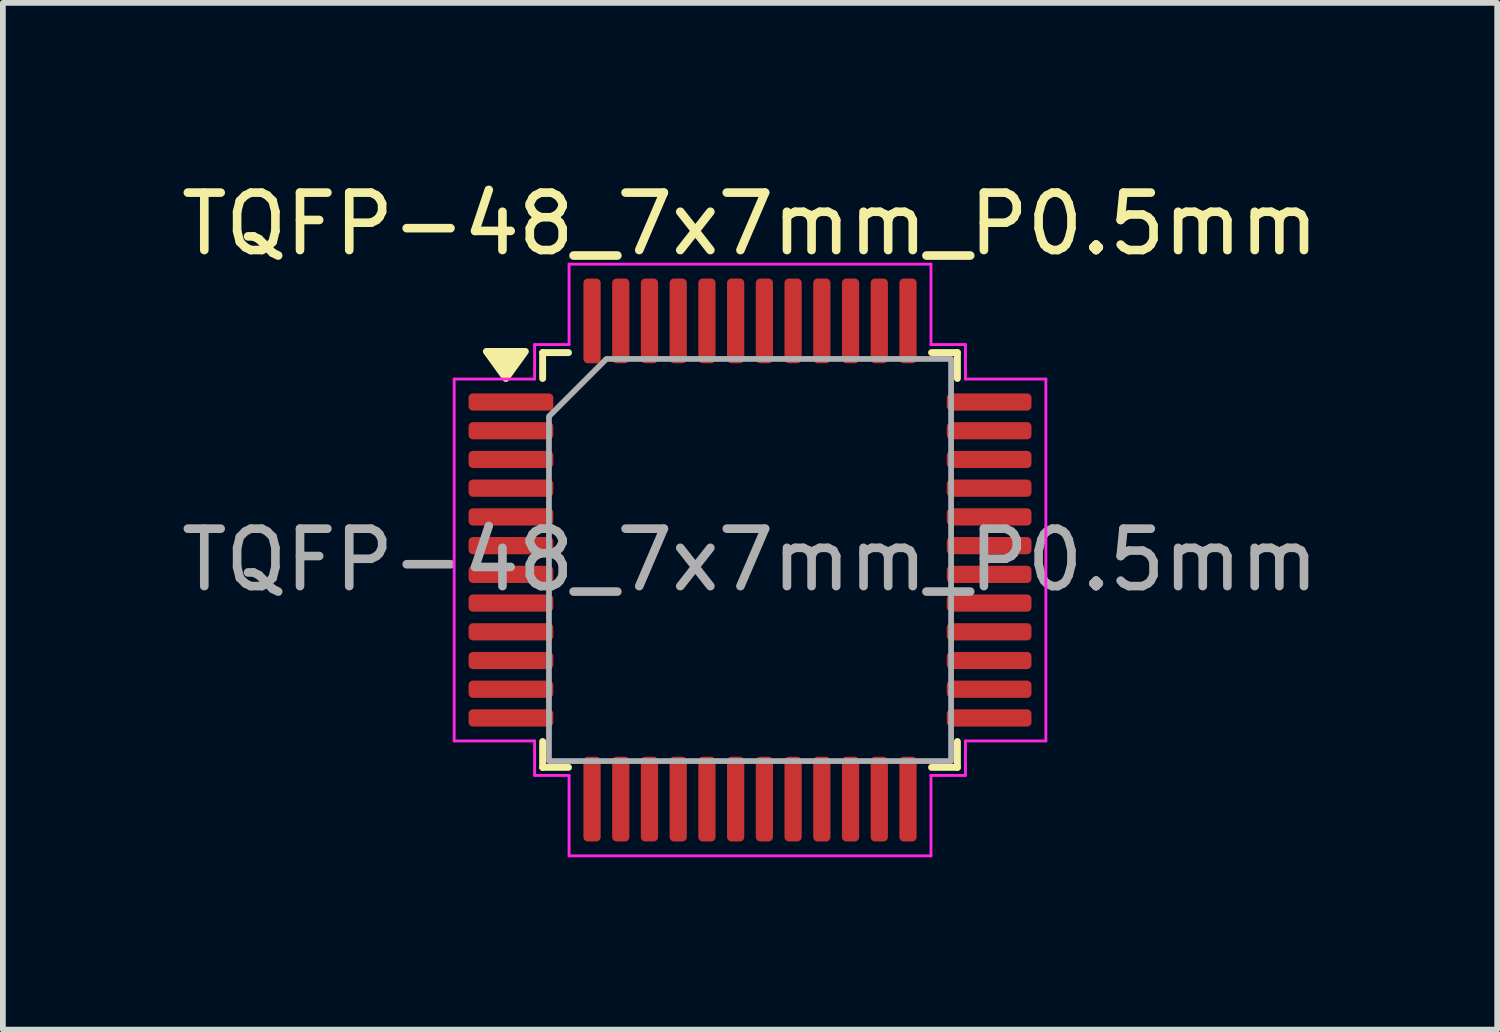
<source format=kicad_pcb>
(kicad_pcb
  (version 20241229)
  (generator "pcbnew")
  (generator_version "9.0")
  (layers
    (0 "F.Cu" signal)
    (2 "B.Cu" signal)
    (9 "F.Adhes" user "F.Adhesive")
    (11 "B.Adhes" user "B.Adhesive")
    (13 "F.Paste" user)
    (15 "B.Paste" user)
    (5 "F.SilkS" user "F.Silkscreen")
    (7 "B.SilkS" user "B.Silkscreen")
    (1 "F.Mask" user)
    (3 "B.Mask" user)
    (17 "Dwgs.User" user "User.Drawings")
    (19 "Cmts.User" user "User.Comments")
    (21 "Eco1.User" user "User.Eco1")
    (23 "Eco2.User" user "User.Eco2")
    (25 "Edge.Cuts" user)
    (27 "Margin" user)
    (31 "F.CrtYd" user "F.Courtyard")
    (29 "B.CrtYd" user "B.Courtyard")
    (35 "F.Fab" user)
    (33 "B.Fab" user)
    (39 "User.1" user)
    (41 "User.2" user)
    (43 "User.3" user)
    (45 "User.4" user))
  (footprint "TQFP-48_7x7mm_P0.5mm"
    (layer "F.Cu")
    (at 10.006 6.698)
    (property "Reference" "TQFP-48_7x7mm_P0.5mm" (at 0 -5.85 0) (layer "F.SilkS") (effects (font (size 1 1) (thickness 0.15))))
    (attr smd)
    (fp_line (start -3.61 -3.61) (end -3.16 -3.61) (stroke (width 0.12) (type solid)) (layer "F.SilkS"))
    (fp_line (start -3.61 -3.16) (end -3.61 -3.61) (stroke (width 0.12) (type solid)) (layer "F.SilkS"))
    (fp_line (start -3.61 3.61) (end -3.61 3.16) (stroke (width 0.12) (type solid)) (layer "F.SilkS"))
    (fp_line (start -3.16 3.61) (end -3.61 3.61) (stroke (width 0.12) (type solid)) (layer "F.SilkS"))
    (fp_line (start 3.16 -3.61) (end 3.61 -3.61) (stroke (width 0.12) (type solid)) (layer "F.SilkS"))
    (fp_line (start 3.61 -3.61) (end 3.61 -3.16) (stroke (width 0.12) (type solid)) (layer "F.SilkS"))
    (fp_line (start 3.61 3.16) (end 3.61 3.61) (stroke (width 0.12) (type solid)) (layer "F.SilkS"))
    (fp_line (start 3.61 3.61) (end 3.16 3.61) (stroke (width 0.12) (type solid)) (layer "F.SilkS"))
    (fp_poly (pts (xy -4.25 -3.16) (xy -4.59 -3.63) (xy -3.91 -3.63)) (stroke (width 0.12) (type solid)) (fill yes) (layer "F.SilkS"))
    (fp_line (start -5.15 -3.15) (end -3.75 -3.15) (stroke (width 0.05) (type solid)) (layer "F.CrtYd"))
    (fp_line (start -5.15 3.15) (end -5.15 -3.15) (stroke (width 0.05) (type solid)) (layer "F.CrtYd"))
    (fp_line (start -3.75 -3.75) (end -3.15 -3.75) (stroke (width 0.05) (type solid)) (layer "F.CrtYd"))
    (fp_line (start -3.75 -3.15) (end -3.75 -3.75) (stroke (width 0.05) (type solid)) (layer "F.CrtYd"))
    (fp_line (start -3.75 3.15) (end -5.15 3.15) (stroke (width 0.05) (type solid)) (layer "F.CrtYd"))
    (fp_line (start -3.75 3.75) (end -3.75 3.15) (stroke (width 0.05) (type solid)) (layer "F.CrtYd"))
    (fp_line (start -3.15 -5.15) (end 3.15 -5.15) (stroke (width 0.05) (type solid)) (layer "F.CrtYd"))
    (fp_line (start -3.15 -3.75) (end -3.15 -5.15) (stroke (width 0.05) (type solid)) (layer "F.CrtYd"))
    (fp_line (start -3.15 3.75) (end -3.75 3.75) (stroke (width 0.05) (type solid)) (layer "F.CrtYd"))
    (fp_line (start -3.15 5.15) (end -3.15 3.75) (stroke (width 0.05) (type solid)) (layer "F.CrtYd"))
    (fp_line (start 3.15 -5.15) (end 3.15 -3.75) (stroke (width 0.05) (type solid)) (layer "F.CrtYd"))
    (fp_line (start 3.15 -3.75) (end 3.75 -3.75) (stroke (width 0.05) (type solid)) (layer "F.CrtYd"))
    (fp_line (start 3.15 3.75) (end 3.15 5.15) (stroke (width 0.05) (type solid)) (layer "F.CrtYd"))
    (fp_line (start 3.15 5.15) (end -3.15 5.15) (stroke (width 0.05) (type solid)) (layer "F.CrtYd"))
    (fp_line (start 3.75 -3.75) (end 3.75 -3.15) (stroke (width 0.05) (type solid)) (layer "F.CrtYd"))
    (fp_line (start 3.75 -3.15) (end 5.15 -3.15) (stroke (width 0.05) (type solid)) (layer "F.CrtYd"))
    (fp_line (start 3.75 3.15) (end 3.75 3.75) (stroke (width 0.05) (type solid)) (layer "F.CrtYd"))
    (fp_line (start 3.75 3.75) (end 3.15 3.75) (stroke (width 0.05) (type solid)) (layer "F.CrtYd"))
    (fp_line (start 5.15 -3.15) (end 5.15 3.15) (stroke (width 0.05) (type solid)) (layer "F.CrtYd"))
    (fp_line (start 5.15 3.15) (end 3.75 3.15) (stroke (width 0.05) (type solid)) (layer "F.CrtYd"))
    (fp_poly (pts (xy -3.5 -2.5) (xy -3.5 3.5) (xy 3.5 3.5) (xy 3.5 -3.5) (xy -2.5 -3.5)) (stroke (width 0.1) (type solid)) (fill no) (layer "F.Fab"))
    (fp_text user "${REFERENCE}" (at 0 0 0) (layer "F.Fab") (effects (font (size 1 1) (thickness 0.15))))
    (pad "1" smd roundrect (at -4.162 -2.75) (size 1.475 0.3) (layers "F.Cu" "F.Mask" "F.Paste") (roundrect_rratio 0.25))
    (pad "2" smd roundrect (at -4.162 -2.25) (size 1.475 0.3) (layers "F.Cu" "F.Mask" "F.Paste") (roundrect_rratio 0.25))
    (pad "3" smd roundrect (at -4.162 -1.75) (size 1.475 0.3) (layers "F.Cu" "F.Mask" "F.Paste") (roundrect_rratio 0.25))
    (pad "4" smd roundrect (at -4.162 -1.25) (size 1.475 0.3) (layers "F.Cu" "F.Mask" "F.Paste") (roundrect_rratio 0.25))
    (pad "5" smd roundrect (at -4.162 -0.75) (size 1.475 0.3) (layers "F.Cu" "F.Mask" "F.Paste") (roundrect_rratio 0.25))
    (pad "6" smd roundrect (at -4.162 -0.25) (size 1.475 0.3) (layers "F.Cu" "F.Mask" "F.Paste") (roundrect_rratio 0.25))
    (pad "7" smd roundrect (at -4.162 0.25) (size 1.475 0.3) (layers "F.Cu" "F.Mask" "F.Paste") (roundrect_rratio 0.25))
    (pad "8" smd roundrect (at -4.162 0.75) (size 1.475 0.3) (layers "F.Cu" "F.Mask" "F.Paste") (roundrect_rratio 0.25))
    (pad "9" smd roundrect (at -4.162 1.25) (size 1.475 0.3) (layers "F.Cu" "F.Mask" "F.Paste") (roundrect_rratio 0.25))
    (pad "10" smd roundrect (at -4.162 1.75) (size 1.475 0.3) (layers "F.Cu" "F.Mask" "F.Paste") (roundrect_rratio 0.25))
    (pad "11" smd roundrect (at -4.162 2.25) (size 1.475 0.3) (layers "F.Cu" "F.Mask" "F.Paste") (roundrect_rratio 0.25))
    (pad "12" smd roundrect (at -4.162 2.75) (size 1.475 0.3) (layers "F.Cu" "F.Mask" "F.Paste") (roundrect_rratio 0.25))
    (pad "13" smd roundrect (at -2.75 4.162) (size 0.3 1.475) (layers "F.Cu" "F.Mask" "F.Paste") (roundrect_rratio 0.25))
    (pad "14" smd roundrect (at -2.25 4.162) (size 0.3 1.475) (layers "F.Cu" "F.Mask" "F.Paste") (roundrect_rratio 0.25))
    (pad "15" smd roundrect (at -1.75 4.162) (size 0.3 1.475) (layers "F.Cu" "F.Mask" "F.Paste") (roundrect_rratio 0.25))
    (pad "16" smd roundrect (at -1.25 4.162) (size 0.3 1.475) (layers "F.Cu" "F.Mask" "F.Paste") (roundrect_rratio 0.25))
    (pad "17" smd roundrect (at -0.75 4.162) (size 0.3 1.475) (layers "F.Cu" "F.Mask" "F.Paste") (roundrect_rratio 0.25))
    (pad "18" smd roundrect (at -0.25 4.162) (size 0.3 1.475) (layers "F.Cu" "F.Mask" "F.Paste") (roundrect_rratio 0.25))
    (pad "19" smd roundrect (at 0.25 4.162) (size 0.3 1.475) (layers "F.Cu" "F.Mask" "F.Paste") (roundrect_rratio 0.25))
    (pad "20" smd roundrect (at 0.75 4.162) (size 0.3 1.475) (layers "F.Cu" "F.Mask" "F.Paste") (roundrect_rratio 0.25))
    (pad "21" smd roundrect (at 1.25 4.162) (size 0.3 1.475) (layers "F.Cu" "F.Mask" "F.Paste") (roundrect_rratio 0.25))
    (pad "22" smd roundrect (at 1.75 4.162) (size 0.3 1.475) (layers "F.Cu" "F.Mask" "F.Paste") (roundrect_rratio 0.25))
    (pad "23" smd roundrect (at 2.25 4.162) (size 0.3 1.475) (layers "F.Cu" "F.Mask" "F.Paste") (roundrect_rratio 0.25))
    (pad "24" smd roundrect (at 2.75 4.162) (size 0.3 1.475) (layers "F.Cu" "F.Mask" "F.Paste") (roundrect_rratio 0.25))
    (pad "25" smd roundrect (at 4.162 2.75) (size 1.475 0.3) (layers "F.Cu" "F.Mask" "F.Paste") (roundrect_rratio 0.25))
    (pad "26" smd roundrect (at 4.162 2.25) (size 1.475 0.3) (layers "F.Cu" "F.Mask" "F.Paste") (roundrect_rratio 0.25))
    (pad "27" smd roundrect (at 4.162 1.75) (size 1.475 0.3) (layers "F.Cu" "F.Mask" "F.Paste") (roundrect_rratio 0.25))
    (pad "28" smd roundrect (at 4.162 1.25) (size 1.475 0.3) (layers "F.Cu" "F.Mask" "F.Paste") (roundrect_rratio 0.25))
    (pad "29" smd roundrect (at 4.162 0.75) (size 1.475 0.3) (layers "F.Cu" "F.Mask" "F.Paste") (roundrect_rratio 0.25))
    (pad "30" smd roundrect (at 4.162 0.25) (size 1.475 0.3) (layers "F.Cu" "F.Mask" "F.Paste") (roundrect_rratio 0.25))
    (pad "31" smd roundrect (at 4.162 -0.25) (size 1.475 0.3) (layers "F.Cu" "F.Mask" "F.Paste") (roundrect_rratio 0.25))
    (pad "32" smd roundrect (at 4.162 -0.75) (size 1.475 0.3) (layers "F.Cu" "F.Mask" "F.Paste") (roundrect_rratio 0.25))
    (pad "33" smd roundrect (at 4.162 -1.25) (size 1.475 0.3) (layers "F.Cu" "F.Mask" "F.Paste") (roundrect_rratio 0.25))
    (pad "34" smd roundrect (at 4.162 -1.75) (size 1.475 0.3) (layers "F.Cu" "F.Mask" "F.Paste") (roundrect_rratio 0.25))
    (pad "35" smd roundrect (at 4.162 -2.25) (size 1.475 0.3) (layers "F.Cu" "F.Mask" "F.Paste") (roundrect_rratio 0.25))
    (pad "36" smd roundrect (at 4.162 -2.75) (size 1.475 0.3) (layers "F.Cu" "F.Mask" "F.Paste") (roundrect_rratio 0.25))
    (pad "37" smd roundrect (at 2.75 -4.162) (size 0.3 1.475) (layers "F.Cu" "F.Mask" "F.Paste") (roundrect_rratio 0.25))
    (pad "38" smd roundrect (at 2.25 -4.162) (size 0.3 1.475) (layers "F.Cu" "F.Mask" "F.Paste") (roundrect_rratio 0.25))
    (pad "39" smd roundrect (at 1.75 -4.162) (size 0.3 1.475) (layers "F.Cu" "F.Mask" "F.Paste") (roundrect_rratio 0.25))
    (pad "40" smd roundrect (at 1.25 -4.162) (size 0.3 1.475) (layers "F.Cu" "F.Mask" "F.Paste") (roundrect_rratio 0.25))
    (pad "41" smd roundrect (at 0.75 -4.162) (size 0.3 1.475) (layers "F.Cu" "F.Mask" "F.Paste") (roundrect_rratio 0.25))
    (pad "42" smd roundrect (at 0.25 -4.162) (size 0.3 1.475) (layers "F.Cu" "F.Mask" "F.Paste") (roundrect_rratio 0.25))
    (pad "43" smd roundrect (at -0.25 -4.162) (size 0.3 1.475) (layers "F.Cu" "F.Mask" "F.Paste") (roundrect_rratio 0.25))
    (pad "44" smd roundrect (at -0.75 -4.162) (size 0.3 1.475) (layers "F.Cu" "F.Mask" "F.Paste") (roundrect_rratio 0.25))
    (pad "45" smd roundrect (at -1.25 -4.162) (size 0.3 1.475) (layers "F.Cu" "F.Mask" "F.Paste") (roundrect_rratio 0.25))
    (pad "46" smd roundrect (at -1.75 -4.162) (size 0.3 1.475) (layers "F.Cu" "F.Mask" "F.Paste") (roundrect_rratio 0.25))
    (pad "47" smd roundrect (at -2.25 -4.162) (size 0.3 1.475) (layers "F.Cu" "F.Mask" "F.Paste") (roundrect_rratio 0.25))
    (pad "48" smd roundrect (at -2.75 -4.162) (size 0.3 1.475) (layers "F.Cu" "F.Mask" "F.Paste") (roundrect_rratio 0.25)))
  (gr_rect
    (start -3 -3)
    (end 23.012 14.873)
    (stroke (width 0.1) (type default))
    (fill no)
    (layer "Edge.Cuts")))
</source>
